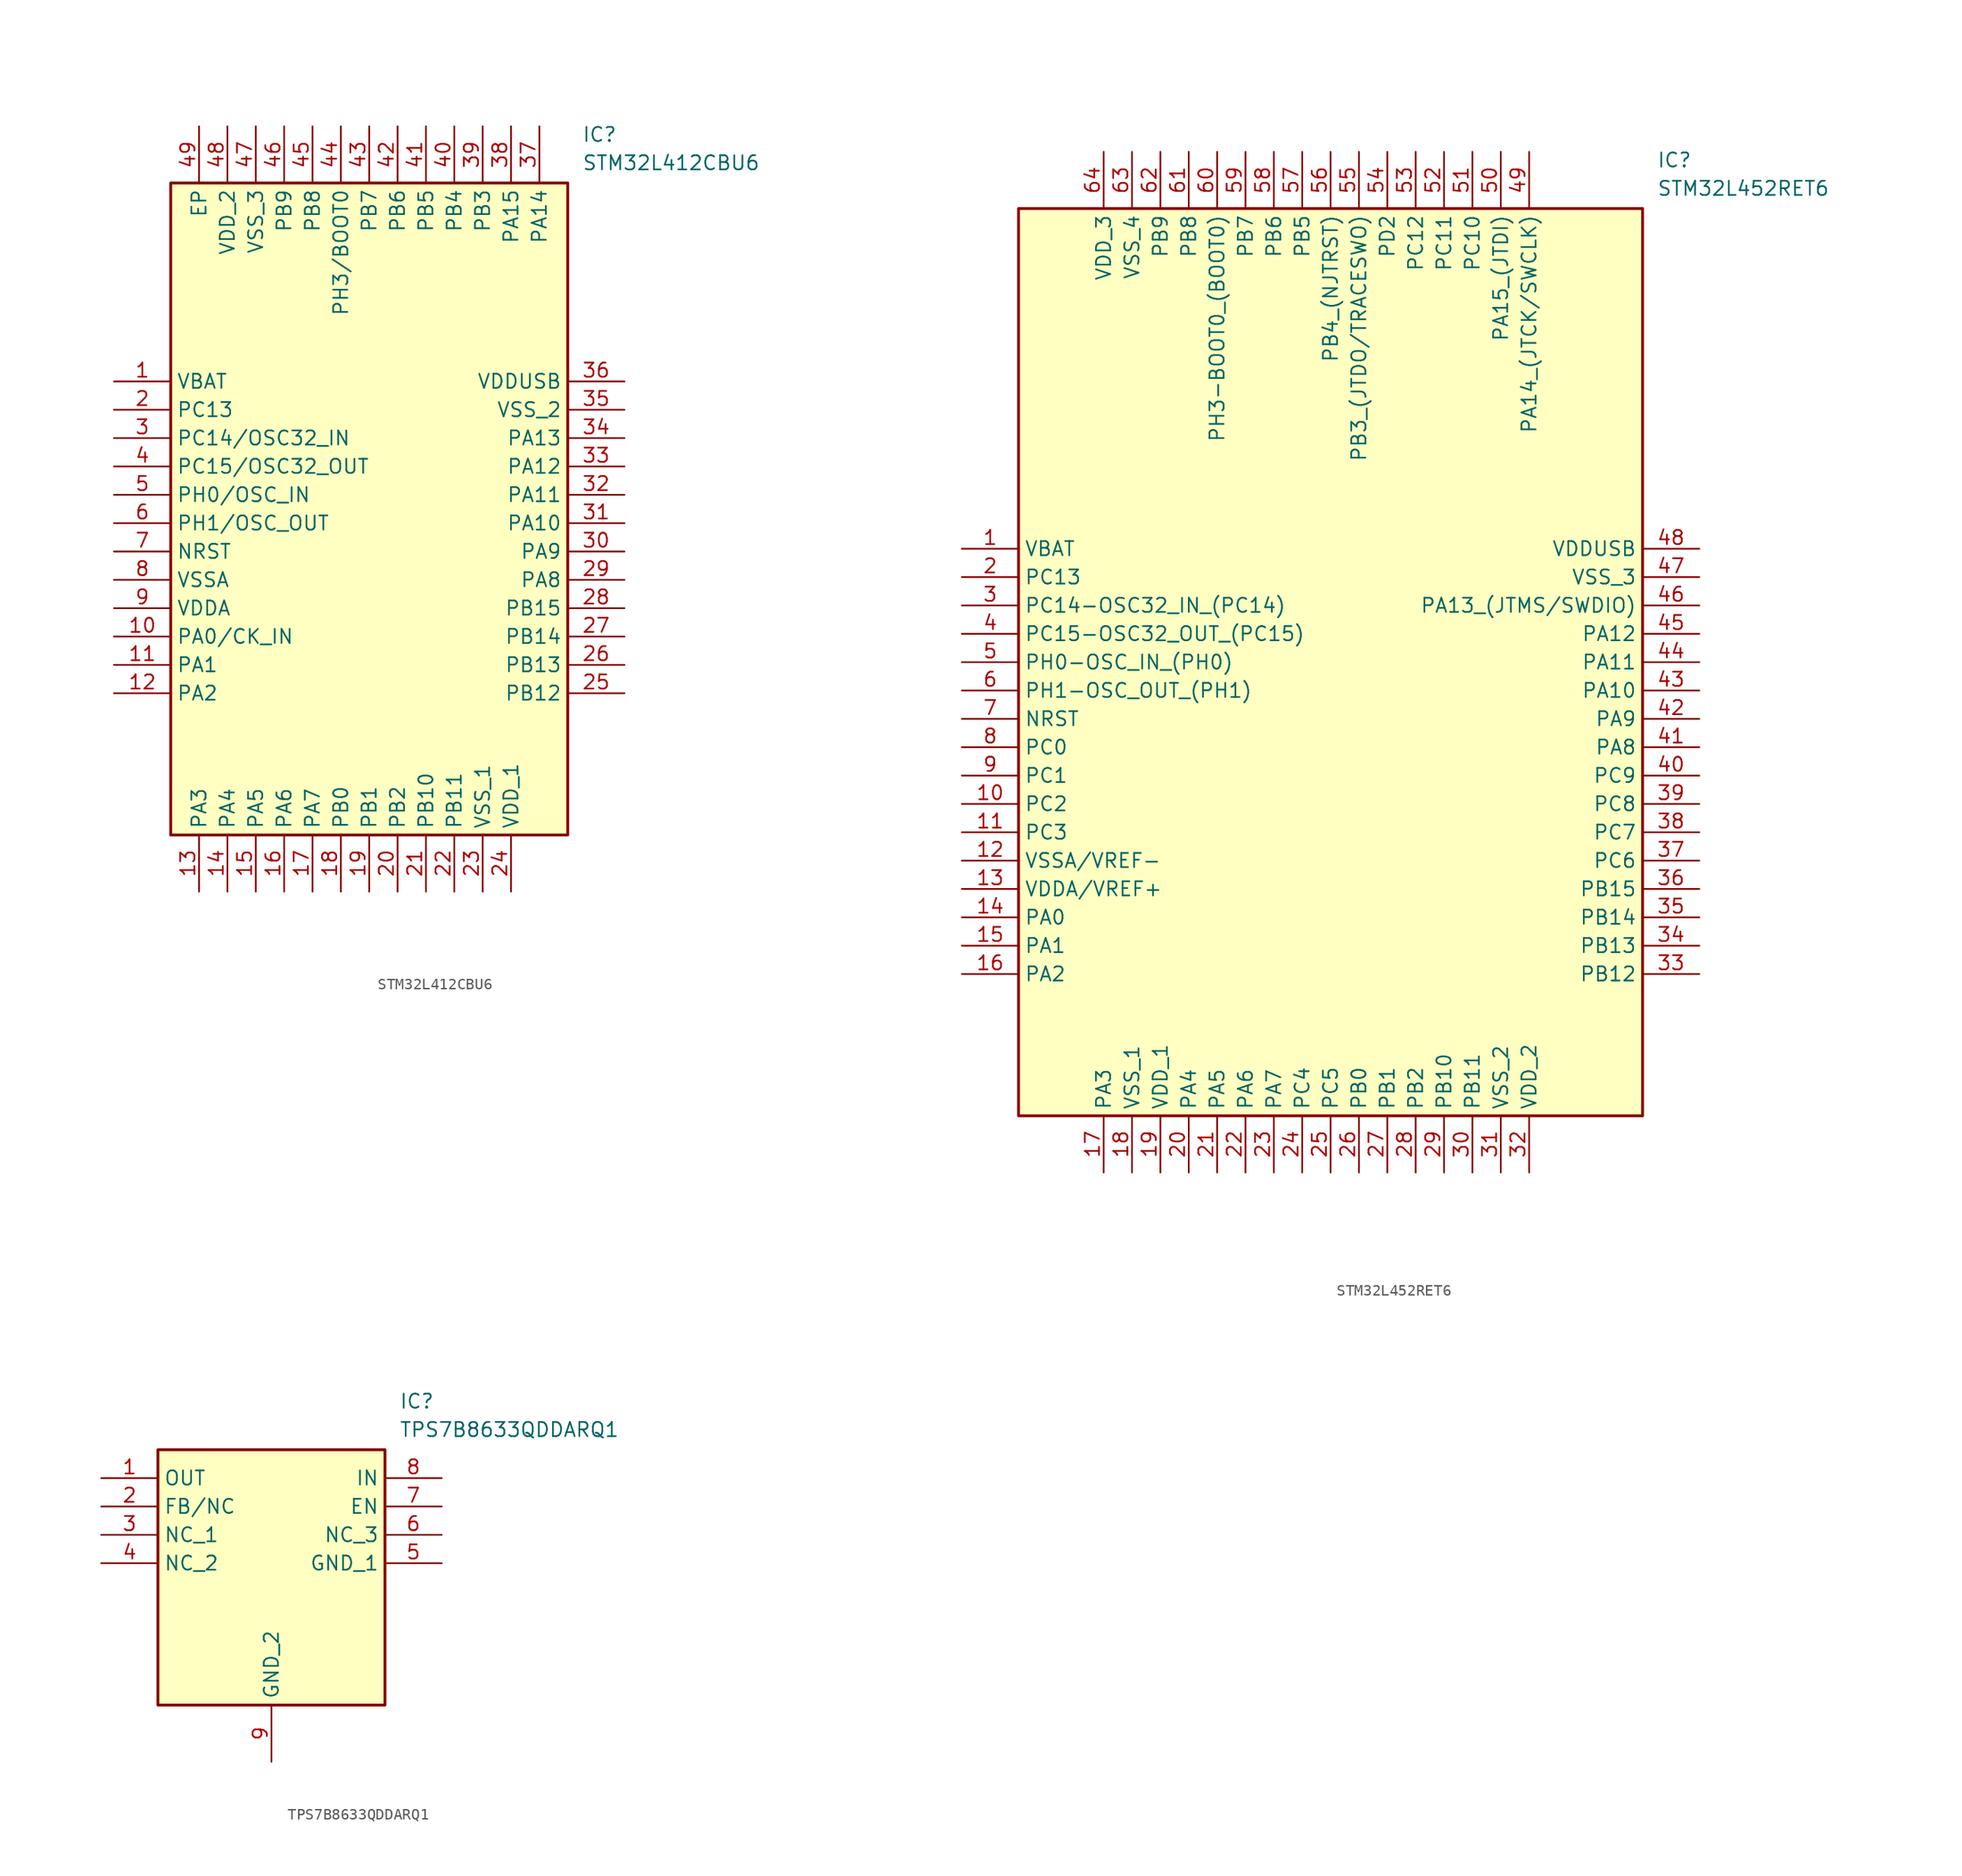
<source format=kicad_sym>
(kicad_symbol_lib
  (version 20231120)
  (generator "kicad_symbol_editor")
  (generator_version "8.0")
  (symbol "STM32L412CBU6"
    (property "Reference" "IC"
      (at 41.91 22.86 0)
      (effects (font (size 1.27 1.27)) (justify left top)))
    (property "Value" "STM32L412CBU6"
      (at 41.91 20.32 0)
      (effects (font (size 1.27 1.27)) (justify left top)))
    (symbol "STM32L412CBU6_1_1"
      (rectangle (start 5.08 17.78) (end 40.64 -40.64) (stroke (width 0.254) (type default)) (fill (type background)))
      (pin passive line (at 0 0 0) (length 5.08) (name "VBAT" (effects (font (size 1.27 1.27)))) (number "1" (effects (font (size 1.27 1.27)))))
      (pin passive line (at 0 -22.86 0) (length 5.08) (name "PA0/CK_IN" (effects (font (size 1.27 1.27)))) (number "10" (effects (font (size 1.27 1.27)))))
      (pin passive line (at 0 -25.4 0) (length 5.08) (name "PA1" (effects (font (size 1.27 1.27)))) (number "11" (effects (font (size 1.27 1.27)))))
      (pin passive line (at 0 -27.94 0) (length 5.08) (name "PA2" (effects (font (size 1.27 1.27)))) (number "12" (effects (font (size 1.27 1.27)))))
      (pin passive line (at 7.62 -45.72 90) (length 5.08) (name "PA3" (effects (font (size 1.27 1.27)))) (number "13" (effects (font (size 1.27 1.27)))))
      (pin passive line (at 10.16 -45.72 90) (length 5.08) (name "PA4" (effects (font (size 1.27 1.27)))) (number "14" (effects (font (size 1.27 1.27)))))
      (pin passive line (at 12.7 -45.72 90) (length 5.08) (name "PA5" (effects (font (size 1.27 1.27)))) (number "15" (effects (font (size 1.27 1.27)))))
      (pin passive line (at 15.24 -45.72 90) (length 5.08) (name "PA6" (effects (font (size 1.27 1.27)))) (number "16" (effects (font (size 1.27 1.27)))))
      (pin passive line (at 17.78 -45.72 90) (length 5.08) (name "PA7" (effects (font (size 1.27 1.27)))) (number "17" (effects (font (size 1.27 1.27)))))
      (pin passive line (at 20.32 -45.72 90) (length 5.08) (name "PB0" (effects (font (size 1.27 1.27)))) (number "18" (effects (font (size 1.27 1.27)))))
      (pin passive line (at 22.86 -45.72 90) (length 5.08) (name "PB1" (effects (font (size 1.27 1.27)))) (number "19" (effects (font (size 1.27 1.27)))))
      (pin passive line (at 0 -2.54 0) (length 5.08) (name "PC13" (effects (font (size 1.27 1.27)))) (number "2" (effects (font (size 1.27 1.27)))))
      (pin passive line (at 25.4 -45.72 90) (length 5.08) (name "PB2" (effects (font (size 1.27 1.27)))) (number "20" (effects (font (size 1.27 1.27)))))
      (pin passive line (at 27.94 -45.72 90) (length 5.08) (name "PB10" (effects (font (size 1.27 1.27)))) (number "21" (effects (font (size 1.27 1.27)))))
      (pin passive line (at 30.48 -45.72 90) (length 5.08) (name "PB11" (effects (font (size 1.27 1.27)))) (number "22" (effects (font (size 1.27 1.27)))))
      (pin passive line (at 33.02 -45.72 90) (length 5.08) (name "VSS_1" (effects (font (size 1.27 1.27)))) (number "23" (effects (font (size 1.27 1.27)))))
      (pin passive line (at 35.56 -45.72 90) (length 5.08) (name "VDD_1" (effects (font (size 1.27 1.27)))) (number "24" (effects (font (size 1.27 1.27)))))
      (pin passive line (at 45.72 -27.94 180) (length 5.08) (name "PB12" (effects (font (size 1.27 1.27)))) (number "25" (effects (font (size 1.27 1.27)))))
      (pin passive line (at 45.72 -25.4 180) (length 5.08) (name "PB13" (effects (font (size 1.27 1.27)))) (number "26" (effects (font (size 1.27 1.27)))))
      (pin passive line (at 45.72 -22.86 180) (length 5.08) (name "PB14" (effects (font (size 1.27 1.27)))) (number "27" (effects (font (size 1.27 1.27)))))
      (pin passive line (at 45.72 -20.32 180) (length 5.08) (name "PB15" (effects (font (size 1.27 1.27)))) (number "28" (effects (font (size 1.27 1.27)))))
      (pin passive line (at 45.72 -17.78 180) (length 5.08) (name "PA8" (effects (font (size 1.27 1.27)))) (number "29" (effects (font (size 1.27 1.27)))))
      (pin passive line (at 0 -5.08 0) (length 5.08) (name "PC14/OSC32_IN" (effects (font (size 1.27 1.27)))) (number "3" (effects (font (size 1.27 1.27)))))
      (pin passive line (at 45.72 -15.24 180) (length 5.08) (name "PA9" (effects (font (size 1.27 1.27)))) (number "30" (effects (font (size 1.27 1.27)))))
      (pin passive line (at 45.72 -12.7 180) (length 5.08) (name "PA10" (effects (font (size 1.27 1.27)))) (number "31" (effects (font (size 1.27 1.27)))))
      (pin passive line (at 45.72 -10.16 180) (length 5.08) (name "PA11" (effects (font (size 1.27 1.27)))) (number "32" (effects (font (size 1.27 1.27)))))
      (pin passive line (at 45.72 -7.62 180) (length 5.08) (name "PA12" (effects (font (size 1.27 1.27)))) (number "33" (effects (font (size 1.27 1.27)))))
      (pin passive line (at 45.72 -5.08 180) (length 5.08) (name "PA13" (effects (font (size 1.27 1.27)))) (number "34" (effects (font (size 1.27 1.27)))))
      (pin passive line (at 45.72 -2.54 180) (length 5.08) (name "VSS_2" (effects (font (size 1.27 1.27)))) (number "35" (effects (font (size 1.27 1.27)))))
      (pin passive line (at 45.72 0 180) (length 5.08) (name "VDDUSB" (effects (font (size 1.27 1.27)))) (number "36" (effects (font (size 1.27 1.27)))))
      (pin passive line (at 38.1 22.86 270) (length 5.08) (name "PA14" (effects (font (size 1.27 1.27)))) (number "37" (effects (font (size 1.27 1.27)))))
      (pin passive line (at 35.56 22.86 270) (length 5.08) (name "PA15" (effects (font (size 1.27 1.27)))) (number "38" (effects (font (size 1.27 1.27)))))
      (pin passive line (at 33.02 22.86 270) (length 5.08) (name "PB3" (effects (font (size 1.27 1.27)))) (number "39" (effects (font (size 1.27 1.27)))))
      (pin passive line (at 0 -7.62 0) (length 5.08) (name "PC15/OSC32_OUT" (effects (font (size 1.27 1.27)))) (number "4" (effects (font (size 1.27 1.27)))))
      (pin passive line (at 30.48 22.86 270) (length 5.08) (name "PB4" (effects (font (size 1.27 1.27)))) (number "40" (effects (font (size 1.27 1.27)))))
      (pin passive line (at 27.94 22.86 270) (length 5.08) (name "PB5" (effects (font (size 1.27 1.27)))) (number "41" (effects (font (size 1.27 1.27)))))
      (pin passive line (at 25.4 22.86 270) (length 5.08) (name "PB6" (effects (font (size 1.27 1.27)))) (number "42" (effects (font (size 1.27 1.27)))))
      (pin passive line (at 22.86 22.86 270) (length 5.08) (name "PB7" (effects (font (size 1.27 1.27)))) (number "43" (effects (font (size 1.27 1.27)))))
      (pin passive line (at 20.32 22.86 270) (length 5.08) (name "PH3/BOOT0" (effects (font (size 1.27 1.27)))) (number "44" (effects (font (size 1.27 1.27)))))
      (pin passive line (at 17.78 22.86 270) (length 5.08) (name "PB8" (effects (font (size 1.27 1.27)))) (number "45" (effects (font (size 1.27 1.27)))))
      (pin passive line (at 15.24 22.86 270) (length 5.08) (name "PB9" (effects (font (size 1.27 1.27)))) (number "46" (effects (font (size 1.27 1.27)))))
      (pin passive line (at 12.7 22.86 270) (length 5.08) (name "VSS_3" (effects (font (size 1.27 1.27)))) (number "47" (effects (font (size 1.27 1.27)))))
      (pin passive line (at 10.16 22.86 270) (length 5.08) (name "VDD_2" (effects (font (size 1.27 1.27)))) (number "48" (effects (font (size 1.27 1.27)))))
      (pin passive line (at 7.62 22.86 270) (length 5.08) (name "EP" (effects (font (size 1.27 1.27)))) (number "49" (effects (font (size 1.27 1.27)))))
      (pin passive line (at 0 -10.16 0) (length 5.08) (name "PH0/OSC_IN" (effects (font (size 1.27 1.27)))) (number "5" (effects (font (size 1.27 1.27)))))
      (pin passive line (at 0 -12.7 0) (length 5.08) (name "PH1/OSC_OUT" (effects (font (size 1.27 1.27)))) (number "6" (effects (font (size 1.27 1.27)))))
      (pin passive line (at 0 -15.24 0) (length 5.08) (name "NRST" (effects (font (size 1.27 1.27)))) (number "7" (effects (font (size 1.27 1.27)))))
      (pin passive line (at 0 -17.78 0) (length 5.08) (name "VSSA" (effects (font (size 1.27 1.27)))) (number "8" (effects (font (size 1.27 1.27)))))
      (pin passive line (at 0 -20.32 0) (length 5.08) (name "VDDA" (effects (font (size 1.27 1.27)))) (number "9" (effects (font (size 1.27 1.27)))))))
  (symbol "STM32L452RET6"
    (property "Reference" "IC"
      (at 62.23 35.56 0)
      (effects (font (size 1.27 1.27)) (justify left top)))
    (property "Value" "STM32L452RET6"
      (at 62.23 33.02 0)
      (effects (font (size 1.27 1.27)) (justify left top)))
    (symbol "STM32L452RET6_1_1"
      (rectangle (start 5.08 30.48) (end 60.96 -50.8) (stroke (width 0.254) (type default)) (fill (type background)))
      (pin passive line (at 0 0 0) (length 5.08) (name "VBAT" (effects (font (size 1.27 1.27)))) (number "1" (effects (font (size 1.27 1.27)))))
      (pin passive line (at 0 -22.86 0) (length 5.08) (name "PC2" (effects (font (size 1.27 1.27)))) (number "10" (effects (font (size 1.27 1.27)))))
      (pin passive line (at 0 -25.4 0) (length 5.08) (name "PC3" (effects (font (size 1.27 1.27)))) (number "11" (effects (font (size 1.27 1.27)))))
      (pin passive line (at 0 -27.94 0) (length 5.08) (name "VSSA/VREF-" (effects (font (size 1.27 1.27)))) (number "12" (effects (font (size 1.27 1.27)))))
      (pin passive line (at 0 -30.48 0) (length 5.08) (name "VDDA/VREF+" (effects (font (size 1.27 1.27)))) (number "13" (effects (font (size 1.27 1.27)))))
      (pin passive line (at 0 -33.02 0) (length 5.08) (name "PA0" (effects (font (size 1.27 1.27)))) (number "14" (effects (font (size 1.27 1.27)))))
      (pin passive line (at 0 -35.56 0) (length 5.08) (name "PA1" (effects (font (size 1.27 1.27)))) (number "15" (effects (font (size 1.27 1.27)))))
      (pin passive line (at 0 -38.1 0) (length 5.08) (name "PA2" (effects (font (size 1.27 1.27)))) (number "16" (effects (font (size 1.27 1.27)))))
      (pin passive line (at 12.7 -55.88 90) (length 5.08) (name "PA3" (effects (font (size 1.27 1.27)))) (number "17" (effects (font (size 1.27 1.27)))))
      (pin passive line (at 15.24 -55.88 90) (length 5.08) (name "VSS_1" (effects (font (size 1.27 1.27)))) (number "18" (effects (font (size 1.27 1.27)))))
      (pin passive line (at 17.78 -55.88 90) (length 5.08) (name "VDD_1" (effects (font (size 1.27 1.27)))) (number "19" (effects (font (size 1.27 1.27)))))
      (pin passive line (at 0 -2.54 0) (length 5.08) (name "PC13" (effects (font (size 1.27 1.27)))) (number "2" (effects (font (size 1.27 1.27)))))
      (pin passive line (at 20.32 -55.88 90) (length 5.08) (name "PA4" (effects (font (size 1.27 1.27)))) (number "20" (effects (font (size 1.27 1.27)))))
      (pin passive line (at 22.86 -55.88 90) (length 5.08) (name "PA5" (effects (font (size 1.27 1.27)))) (number "21" (effects (font (size 1.27 1.27)))))
      (pin passive line (at 25.4 -55.88 90) (length 5.08) (name "PA6" (effects (font (size 1.27 1.27)))) (number "22" (effects (font (size 1.27 1.27)))))
      (pin passive line (at 27.94 -55.88 90) (length 5.08) (name "PA7" (effects (font (size 1.27 1.27)))) (number "23" (effects (font (size 1.27 1.27)))))
      (pin passive line (at 30.48 -55.88 90) (length 5.08) (name "PC4" (effects (font (size 1.27 1.27)))) (number "24" (effects (font (size 1.27 1.27)))))
      (pin passive line (at 33.02 -55.88 90) (length 5.08) (name "PC5" (effects (font (size 1.27 1.27)))) (number "25" (effects (font (size 1.27 1.27)))))
      (pin passive line (at 35.56 -55.88 90) (length 5.08) (name "PB0" (effects (font (size 1.27 1.27)))) (number "26" (effects (font (size 1.27 1.27)))))
      (pin passive line (at 38.1 -55.88 90) (length 5.08) (name "PB1" (effects (font (size 1.27 1.27)))) (number "27" (effects (font (size 1.27 1.27)))))
      (pin passive line (at 40.64 -55.88 90) (length 5.08) (name "PB2" (effects (font (size 1.27 1.27)))) (number "28" (effects (font (size 1.27 1.27)))))
      (pin passive line (at 43.18 -55.88 90) (length 5.08) (name "PB10" (effects (font (size 1.27 1.27)))) (number "29" (effects (font (size 1.27 1.27)))))
      (pin passive line (at 0 -5.08 0) (length 5.08) (name "PC14-OSC32_IN_(PC14)" (effects (font (size 1.27 1.27)))) (number "3" (effects (font (size 1.27 1.27)))))
      (pin passive line (at 45.72 -55.88 90) (length 5.08) (name "PB11" (effects (font (size 1.27 1.27)))) (number "30" (effects (font (size 1.27 1.27)))))
      (pin passive line (at 48.26 -55.88 90) (length 5.08) (name "VSS_2" (effects (font (size 1.27 1.27)))) (number "31" (effects (font (size 1.27 1.27)))))
      (pin passive line (at 50.8 -55.88 90) (length 5.08) (name "VDD_2" (effects (font (size 1.27 1.27)))) (number "32" (effects (font (size 1.27 1.27)))))
      (pin passive line (at 66.04 -38.1 180) (length 5.08) (name "PB12" (effects (font (size 1.27 1.27)))) (number "33" (effects (font (size 1.27 1.27)))))
      (pin passive line (at 66.04 -35.56 180) (length 5.08) (name "PB13" (effects (font (size 1.27 1.27)))) (number "34" (effects (font (size 1.27 1.27)))))
      (pin passive line (at 66.04 -33.02 180) (length 5.08) (name "PB14" (effects (font (size 1.27 1.27)))) (number "35" (effects (font (size 1.27 1.27)))))
      (pin passive line (at 66.04 -30.48 180) (length 5.08) (name "PB15" (effects (font (size 1.27 1.27)))) (number "36" (effects (font (size 1.27 1.27)))))
      (pin passive line (at 66.04 -27.94 180) (length 5.08) (name "PC6" (effects (font (size 1.27 1.27)))) (number "37" (effects (font (size 1.27 1.27)))))
      (pin passive line (at 66.04 -25.4 180) (length 5.08) (name "PC7" (effects (font (size 1.27 1.27)))) (number "38" (effects (font (size 1.27 1.27)))))
      (pin passive line (at 66.04 -22.86 180) (length 5.08) (name "PC8" (effects (font (size 1.27 1.27)))) (number "39" (effects (font (size 1.27 1.27)))))
      (pin passive line (at 0 -7.62 0) (length 5.08) (name "PC15-OSC32_OUT_(PC15)" (effects (font (size 1.27 1.27)))) (number "4" (effects (font (size 1.27 1.27)))))
      (pin passive line (at 66.04 -20.32 180) (length 5.08) (name "PC9" (effects (font (size 1.27 1.27)))) (number "40" (effects (font (size 1.27 1.27)))))
      (pin passive line (at 66.04 -17.78 180) (length 5.08) (name "PA8" (effects (font (size 1.27 1.27)))) (number "41" (effects (font (size 1.27 1.27)))))
      (pin passive line (at 66.04 -15.24 180) (length 5.08) (name "PA9" (effects (font (size 1.27 1.27)))) (number "42" (effects (font (size 1.27 1.27)))))
      (pin passive line (at 66.04 -12.7 180) (length 5.08) (name "PA10" (effects (font (size 1.27 1.27)))) (number "43" (effects (font (size 1.27 1.27)))))
      (pin passive line (at 66.04 -10.16 180) (length 5.08) (name "PA11" (effects (font (size 1.27 1.27)))) (number "44" (effects (font (size 1.27 1.27)))))
      (pin passive line (at 66.04 -7.62 180) (length 5.08) (name "PA12" (effects (font (size 1.27 1.27)))) (number "45" (effects (font (size 1.27 1.27)))))
      (pin passive line (at 66.04 -5.08 180) (length 5.08) (name "PA13_(JTMS/SWDIO)" (effects (font (size 1.27 1.27)))) (number "46" (effects (font (size 1.27 1.27)))))
      (pin passive line (at 66.04 -2.54 180) (length 5.08) (name "VSS_3" (effects (font (size 1.27 1.27)))) (number "47" (effects (font (size 1.27 1.27)))))
      (pin passive line (at 66.04 0 180) (length 5.08) (name "VDDUSB" (effects (font (size 1.27 1.27)))) (number "48" (effects (font (size 1.27 1.27)))))
      (pin passive line (at 50.8 35.56 270) (length 5.08) (name "PA14_(JTCK/SWCLK)" (effects (font (size 1.27 1.27)))) (number "49" (effects (font (size 1.27 1.27)))))
      (pin passive line (at 0 -10.16 0) (length 5.08) (name "PH0-OSC_IN_(PH0)" (effects (font (size 1.27 1.27)))) (number "5" (effects (font (size 1.27 1.27)))))
      (pin passive line (at 48.26 35.56 270) (length 5.08) (name "PA15_(JTDI)" (effects (font (size 1.27 1.27)))) (number "50" (effects (font (size 1.27 1.27)))))
      (pin passive line (at 45.72 35.56 270) (length 5.08) (name "PC10" (effects (font (size 1.27 1.27)))) (number "51" (effects (font (size 1.27 1.27)))))
      (pin passive line (at 43.18 35.56 270) (length 5.08) (name "PC11" (effects (font (size 1.27 1.27)))) (number "52" (effects (font (size 1.27 1.27)))))
      (pin passive line (at 40.64 35.56 270) (length 5.08) (name "PC12" (effects (font (size 1.27 1.27)))) (number "53" (effects (font (size 1.27 1.27)))))
      (pin passive line (at 38.1 35.56 270) (length 5.08) (name "PD2" (effects (font (size 1.27 1.27)))) (number "54" (effects (font (size 1.27 1.27)))))
      (pin passive line (at 35.56 35.56 270) (length 5.08) (name "PB3_(JTDO/TRACESWO)" (effects (font (size 1.27 1.27)))) (number "55" (effects (font (size 1.27 1.27)))))
      (pin passive line (at 33.02 35.56 270) (length 5.08) (name "PB4_(NJTRST)" (effects (font (size 1.27 1.27)))) (number "56" (effects (font (size 1.27 1.27)))))
      (pin passive line (at 30.48 35.56 270) (length 5.08) (name "PB5" (effects (font (size 1.27 1.27)))) (number "57" (effects (font (size 1.27 1.27)))))
      (pin passive line (at 27.94 35.56 270) (length 5.08) (name "PB6" (effects (font (size 1.27 1.27)))) (number "58" (effects (font (size 1.27 1.27)))))
      (pin passive line (at 25.4 35.56 270) (length 5.08) (name "PB7" (effects (font (size 1.27 1.27)))) (number "59" (effects (font (size 1.27 1.27)))))
      (pin passive line (at 0 -12.7 0) (length 5.08) (name "PH1-OSC_OUT_(PH1)" (effects (font (size 1.27 1.27)))) (number "6" (effects (font (size 1.27 1.27)))))
      (pin passive line (at 22.86 35.56 270) (length 5.08) (name "PH3-BOOT0_(BOOT0)" (effects (font (size 1.27 1.27)))) (number "60" (effects (font (size 1.27 1.27)))))
      (pin passive line (at 20.32 35.56 270) (length 5.08) (name "PB8" (effects (font (size 1.27 1.27)))) (number "61" (effects (font (size 1.27 1.27)))))
      (pin passive line (at 17.78 35.56 270) (length 5.08) (name "PB9" (effects (font (size 1.27 1.27)))) (number "62" (effects (font (size 1.27 1.27)))))
      (pin passive line (at 15.24 35.56 270) (length 5.08) (name "VSS_4" (effects (font (size 1.27 1.27)))) (number "63" (effects (font (size 1.27 1.27)))))
      (pin passive line (at 12.7 35.56 270) (length 5.08) (name "VDD_3" (effects (font (size 1.27 1.27)))) (number "64" (effects (font (size 1.27 1.27)))))
      (pin passive line (at 0 -15.24 0) (length 5.08) (name "NRST" (effects (font (size 1.27 1.27)))) (number "7" (effects (font (size 1.27 1.27)))))
      (pin passive line (at 0 -17.78 0) (length 5.08) (name "PC0" (effects (font (size 1.27 1.27)))) (number "8" (effects (font (size 1.27 1.27)))))
      (pin passive line (at 0 -20.32 0) (length 5.08) (name "PC1" (effects (font (size 1.27 1.27)))) (number "9" (effects (font (size 1.27 1.27)))))))
  (symbol "TPS7B8633QDDARQ1"
    (property "Reference" "IC"
      (at 26.67 7.62 0)
      (effects (font (size 1.27 1.27)) (justify left top)))
    (property "Value" "TPS7B8633QDDARQ1"
      (at 26.67 5.08 0)
      (effects (font (size 1.27 1.27)) (justify left top)))
    (symbol "TPS7B8633QDDARQ1_1_1"
      (rectangle (start 5.08 2.54) (end 25.4 -20.32) (stroke (width 0.254) (type default)) (fill (type background)))
      (pin passive line (at 0 0 0) (length 5.08) (name "OUT" (effects (font (size 1.27 1.27)))) (number "1" (effects (font (size 1.27 1.27)))))
      (pin passive line (at 0 -2.54 0) (length 5.08) (name "FB/NC" (effects (font (size 1.27 1.27)))) (number "2" (effects (font (size 1.27 1.27)))))
      (pin passive line (at 0 -5.08 0) (length 5.08) (name "NC_1" (effects (font (size 1.27 1.27)))) (number "3" (effects (font (size 1.27 1.27)))))
      (pin passive line (at 0 -7.62 0) (length 5.08) (name "NC_2" (effects (font (size 1.27 1.27)))) (number "4" (effects (font (size 1.27 1.27)))))
      (pin passive line (at 30.48 -7.62 180) (length 5.08) (name "GND_1" (effects (font (size 1.27 1.27)))) (number "5" (effects (font (size 1.27 1.27)))))
      (pin passive line (at 30.48 -5.08 180) (length 5.08) (name "NC_3" (effects (font (size 1.27 1.27)))) (number "6" (effects (font (size 1.27 1.27)))))
      (pin passive line (at 30.48 -2.54 180) (length 5.08) (name "EN" (effects (font (size 1.27 1.27)))) (number "7" (effects (font (size 1.27 1.27)))))
      (pin passive line (at 30.48 0 180) (length 5.08) (name "IN" (effects (font (size 1.27 1.27)))) (number "8" (effects (font (size 1.27 1.27)))))
      (pin passive line (at 15.24 -25.4 90) (length 5.08) (name "GND_2" (effects (font (size 1.27 1.27)))) (number "9" (effects (font (size 1.27 1.27))))))))
</source>
